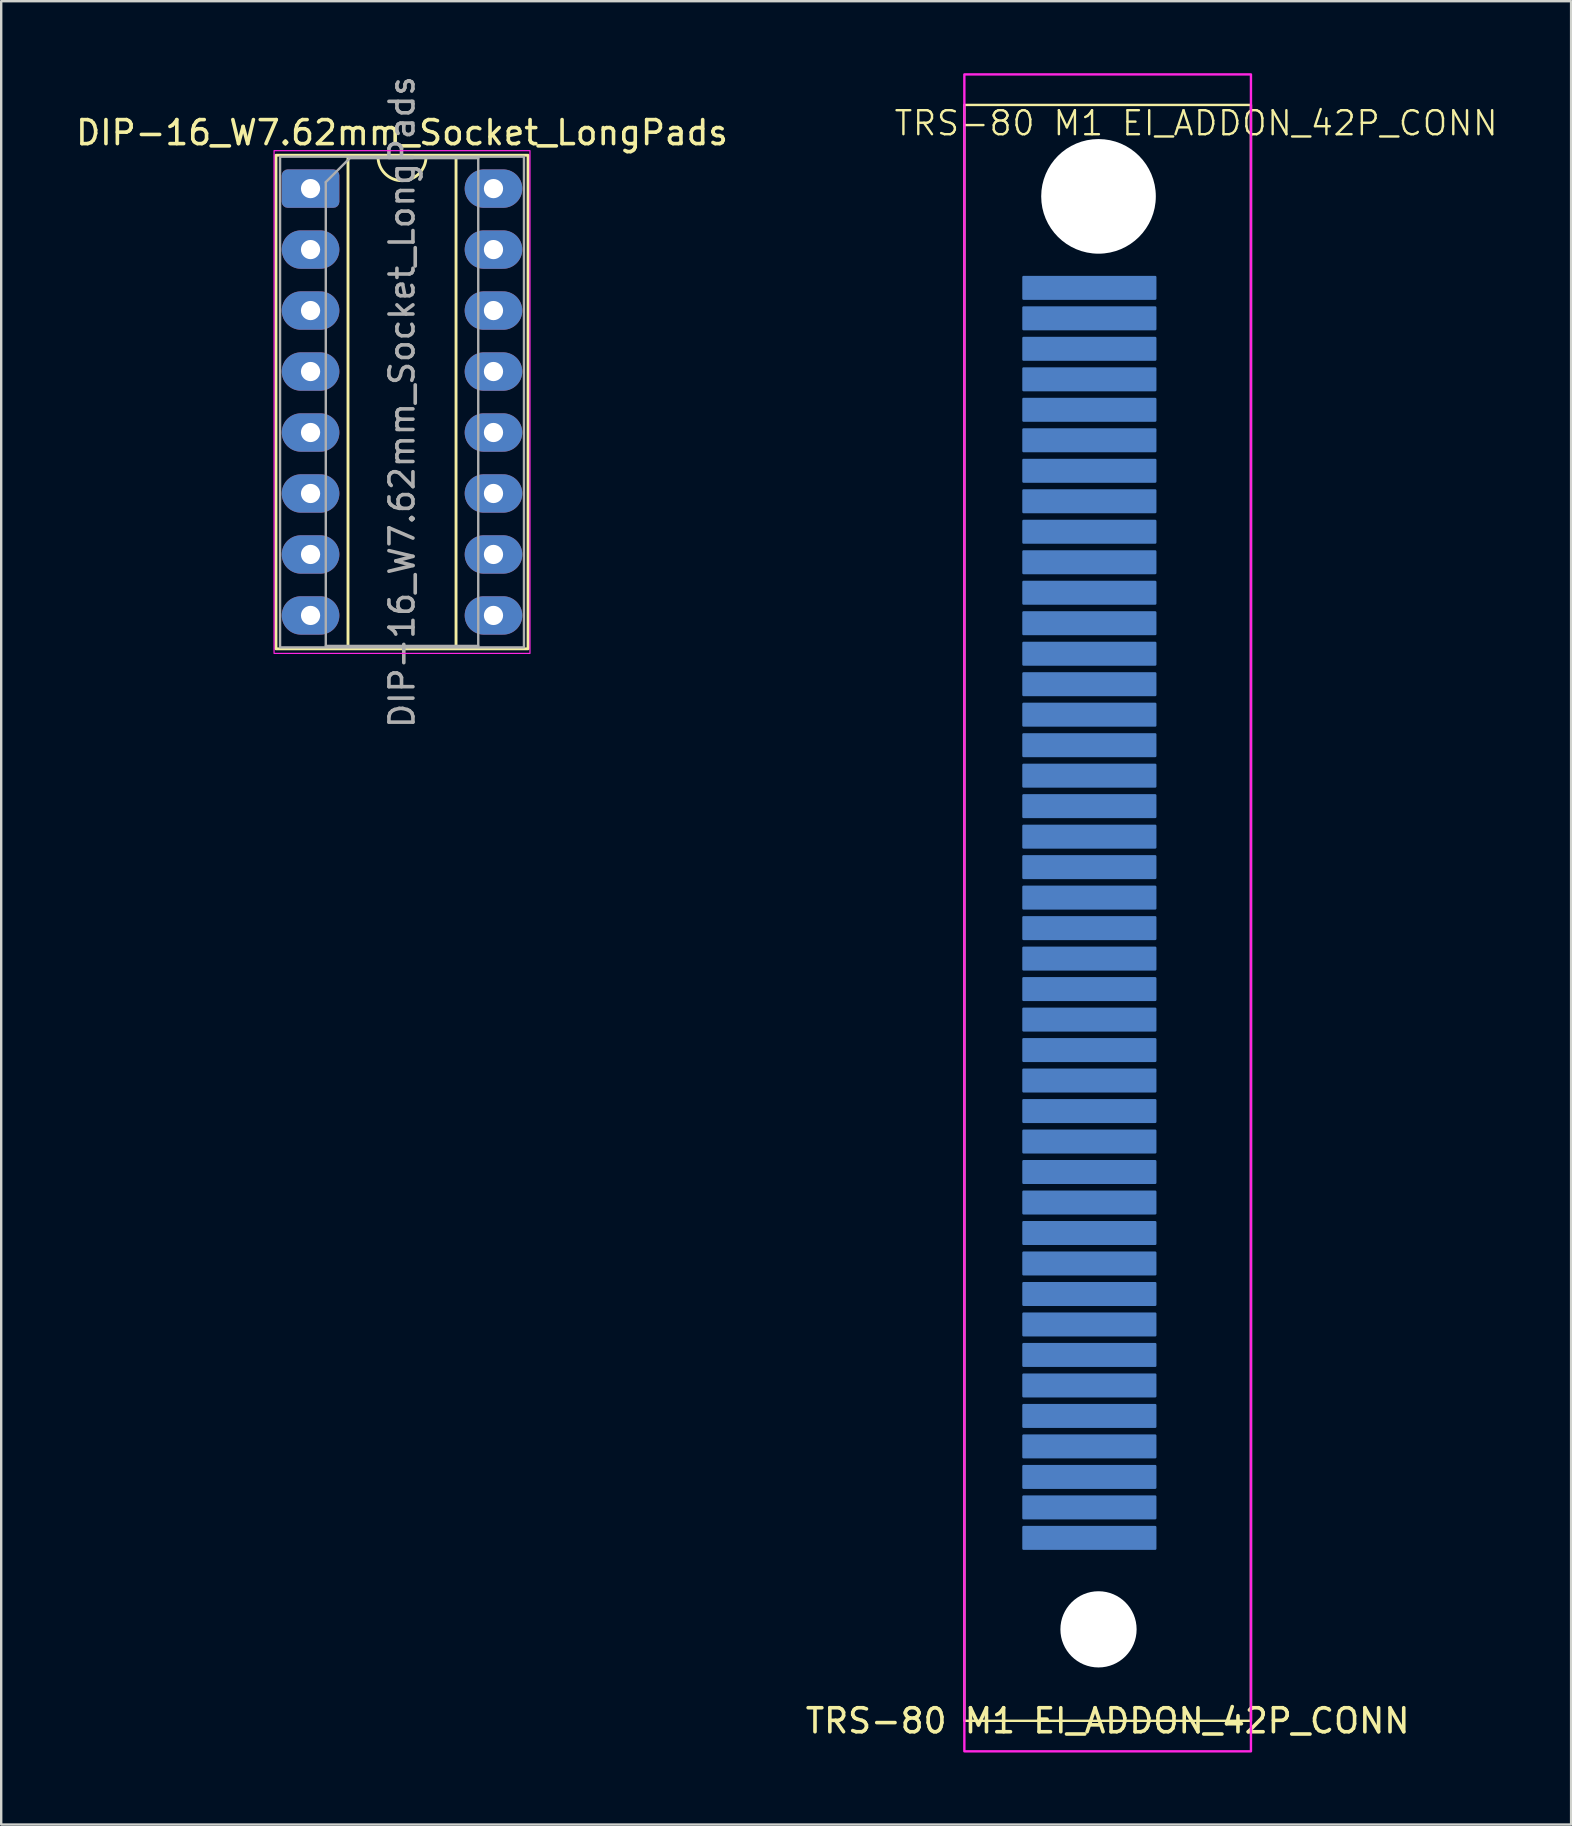
<source format=kicad_pcb>
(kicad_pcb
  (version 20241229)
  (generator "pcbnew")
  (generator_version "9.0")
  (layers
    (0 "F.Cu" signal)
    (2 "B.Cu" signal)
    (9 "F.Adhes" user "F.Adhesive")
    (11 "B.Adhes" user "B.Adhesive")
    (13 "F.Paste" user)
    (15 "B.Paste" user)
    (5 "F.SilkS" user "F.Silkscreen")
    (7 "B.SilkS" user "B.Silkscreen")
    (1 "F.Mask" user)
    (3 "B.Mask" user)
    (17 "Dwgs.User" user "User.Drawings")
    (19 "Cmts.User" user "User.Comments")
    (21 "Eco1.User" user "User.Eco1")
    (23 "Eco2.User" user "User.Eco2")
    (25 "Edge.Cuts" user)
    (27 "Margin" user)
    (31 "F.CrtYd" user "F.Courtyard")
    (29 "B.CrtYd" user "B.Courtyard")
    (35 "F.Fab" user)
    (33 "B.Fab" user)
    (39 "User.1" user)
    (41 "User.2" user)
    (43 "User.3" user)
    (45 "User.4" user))
  (footprint "TRS-80 M1 EI_ADDON_42P_CONN"
    (layer "F.Cu")
    (at 42.708 5.13)
    (property "Reference" "TRS-80 M1 EI_ADDON_42P_CONN" (at 4.064 -3.048 0) (unlocked yes) (layer "F.SilkS") (effects (font (size 1 1) (thickness 0.1))))
    (attr smd)
    (fp_rect (start -3.175 3.302) (end 2.413 56.388) (stroke (width 0.15) (type solid)) (fill yes) (layer "B.Mask"))
    (fp_rect (start -5.588 -3.81) (end 6.35 63.5) (stroke (width 0.1) (type solid)) (fill no) (layer "F.SilkS"))
    (fp_rect (start -5.588 -5.08) (end 6.35 64.77) (stroke (width 0.1) (type solid)) (fill no) (layer "F.CrtYd"))
    (fp_text user "${REFERENCE}" (at 0.381 63.5 0) (unlocked yes) (layer "F.SilkS") (effects (font (size 1 1) (thickness 0.15))))
    (pad "" np_thru_hole circle (at 0 0) (size 4.775 4.775) (drill 4.775) (layers "*.Cu" "*.Mask"))
    (pad "" np_thru_hole circle (at 0 59.69) (size 3.175 3.175) (drill 3.175) (layers "*.Cu" "*.Mask"))
    (pad "1" smd roundrect (at -0.381 3.81) (size 5.588 1) (layers "B.Cu") (roundrect_rratio 0.05))
    (pad "2" smd roundrect (at -0.381 5.08) (size 5.588 1) (layers "B.Cu") (roundrect_rratio 0.05))
    (pad "3" smd roundrect (at -0.381 6.35) (size 5.588 1) (layers "B.Cu") (roundrect_rratio 0.05))
    (pad "4" smd roundrect (at -0.381 7.62) (size 5.588 1) (layers "B.Cu") (roundrect_rratio 0.05))
    (pad "5" smd roundrect (at -0.381 8.89) (size 5.588 1) (layers "B.Cu") (roundrect_rratio 0.05))
    (pad "6" smd roundrect (at -0.381 10.16) (size 5.588 1) (layers "B.Cu") (roundrect_rratio 0.05))
    (pad "7" smd roundrect (at -0.381 11.43) (size 5.588 1) (layers "B.Cu") (roundrect_rratio 0.05))
    (pad "8" smd roundrect (at -0.381 12.7) (size 5.588 1) (layers "B.Cu") (roundrect_rratio 0.05))
    (pad "9" smd roundrect (at -0.381 13.97) (size 5.588 1) (layers "B.Cu") (roundrect_rratio 0.05))
    (pad "10" smd roundrect (at -0.381 15.24) (size 5.588 1) (layers "B.Cu") (roundrect_rratio 0.05))
    (pad "11" smd roundrect (at -0.381 16.51) (size 5.588 1) (layers "B.Cu") (roundrect_rratio 0.05))
    (pad "12" smd roundrect (at -0.381 17.78) (size 5.588 1) (layers "B.Cu") (roundrect_rratio 0.05))
    (pad "13" smd roundrect (at -0.381 19.05) (size 5.588 1) (layers "B.Cu") (roundrect_rratio 0.05))
    (pad "14" smd roundrect (at -0.381 20.32) (size 5.588 1) (layers "B.Cu") (roundrect_rratio 0.05))
    (pad "15" smd roundrect (at -0.381 21.59) (size 5.588 1) (layers "B.Cu") (roundrect_rratio 0.05))
    (pad "16" smd roundrect (at -0.381 22.86) (size 5.588 1) (layers "B.Cu") (roundrect_rratio 0.05))
    (pad "17" smd roundrect (at -0.381 24.13) (size 5.588 1) (layers "B.Cu") (roundrect_rratio 0.05))
    (pad "18" smd roundrect (at -0.381 25.4) (size 5.588 1) (layers "B.Cu") (roundrect_rratio 0.05))
    (pad "19" smd roundrect (at -0.381 26.67) (size 5.588 1) (layers "B.Cu") (roundrect_rratio 0.05))
    (pad "20" smd roundrect (at -0.381 27.94) (size 5.588 1) (layers "B.Cu") (roundrect_rratio 0.05))
    (pad "21" smd roundrect (at -0.381 29.21) (size 5.588 1) (layers "B.Cu") (roundrect_rratio 0.05))
    (pad "22" smd roundrect (at -0.381 30.48) (size 5.588 1) (layers "B.Cu") (roundrect_rratio 0.05))
    (pad "23" smd roundrect (at -0.381 31.75) (size 5.588 1) (layers "B.Cu") (roundrect_rratio 0.05))
    (pad "24" smd roundrect (at -0.381 33.02) (size 5.588 1) (layers "B.Cu") (roundrect_rratio 0.05))
    (pad "25" smd roundrect (at -0.381 34.29) (size 5.588 1) (layers "B.Cu") (roundrect_rratio 0.05))
    (pad "26" smd roundrect (at -0.381 35.56) (size 5.588 1) (layers "B.Cu") (roundrect_rratio 0.05))
    (pad "27" smd roundrect (at -0.381 36.83) (size 5.588 1) (layers "B.Cu") (roundrect_rratio 0.05))
    (pad "28" smd roundrect (at -0.381 38.1) (size 5.588 1) (layers "B.Cu") (roundrect_rratio 0.05))
    (pad "29" smd roundrect (at -0.381 39.37) (size 5.588 1) (layers "B.Cu") (roundrect_rratio 0.05))
    (pad "30" smd roundrect (at -0.381 40.64) (size 5.588 1) (layers "B.Cu") (roundrect_rratio 0.05))
    (pad "31" smd roundrect (at -0.381 41.91) (size 5.588 1) (layers "B.Cu") (roundrect_rratio 0.05))
    (pad "32" smd roundrect (at -0.381 43.18) (size 5.588 1) (layers "B.Cu") (roundrect_rratio 0.05))
    (pad "33" smd roundrect (at -0.381 44.45) (size 5.588 1) (layers "B.Cu") (roundrect_rratio 0.05))
    (pad "34" smd roundrect (at -0.381 45.72) (size 5.588 1) (layers "B.Cu") (roundrect_rratio 0.05))
    (pad "35" smd roundrect (at -0.381 46.99) (size 5.588 1) (layers "B.Cu") (roundrect_rratio 0.05))
    (pad "36" smd roundrect (at -0.381 48.26) (size 5.588 1) (layers "B.Cu") (roundrect_rratio 0.05))
    (pad "37" smd roundrect (at -0.381 49.53) (size 5.588 1) (layers "B.Cu") (roundrect_rratio 0.05))
    (pad "38" smd roundrect (at -0.381 50.8) (size 5.588 1) (layers "B.Cu") (roundrect_rratio 0.05))
    (pad "39" smd roundrect (at -0.381 52.07) (size 5.588 1) (layers "B.Cu") (roundrect_rratio 0.05))
    (pad "40" smd roundrect (at -0.381 53.34) (size 5.588 1) (layers "B.Cu") (roundrect_rratio 0.05))
    (pad "41" smd roundrect (at -0.381 54.61) (size 5.588 1) (layers "B.Cu") (roundrect_rratio 0.05))
    (pad "42" smd roundrect (at -0.381 55.88) (size 5.588 1) (layers "B.Cu") (roundrect_rratio 0.05)))
  (footprint "DIP-16_W7.62mm_Socket_LongPads"
    (layer "F.Cu")
    (at 9.886 4.806)
    (property "Reference" "DIP-16_W7.62mm_Socket_LongPads" (at 3.81 -2.33 0) (layer "F.SilkS") (effects (font (size 1 1) (thickness 0.15))))
    (attr through_hole)
    (fp_line (start 1.56 -1.33) (end 1.56 19.11) (stroke (width 0.12) (type solid)) (layer "F.SilkS"))
    (fp_line (start 1.56 19.11) (end 6.06 19.11) (stroke (width 0.12) (type solid)) (layer "F.SilkS"))
    (fp_line (start 2.81 -1.33) (end 1.56 -1.33) (stroke (width 0.12) (type solid)) (layer "F.SilkS"))
    (fp_line (start 6.06 -1.33) (end 4.81 -1.33) (stroke (width 0.12) (type solid)) (layer "F.SilkS"))
    (fp_line (start 6.06 19.11) (end 6.06 -1.33) (stroke (width 0.12) (type solid)) (layer "F.SilkS"))
    (fp_rect (start -1.44 -1.39) (end 9.06 19.17) (stroke (width 0.12) (type solid)) (fill no) (layer "F.SilkS"))
    (fp_arc (start 4.81 -1.33) (mid 3.81 -0.33) (end 2.81 -1.33) (stroke (width 0.12) (type solid)) (layer "F.SilkS"))
    (fp_rect (start -1.52 -1.58) (end 9.14 19.36) (stroke (width 0.05) (type solid)) (fill no) (layer "F.CrtYd"))
    (fp_line (start 0.635 -0.27) (end 1.635 -1.27) (stroke (width 0.1) (type solid)) (layer "F.Fab"))
    (fp_line (start 0.635 19.05) (end 0.635 -0.27) (stroke (width 0.1) (type solid)) (layer "F.Fab"))
    (fp_line (start 1.635 -1.27) (end 6.985 -1.27) (stroke (width 0.1) (type solid)) (layer "F.Fab"))
    (fp_line (start 6.985 -1.27) (end 6.985 19.05) (stroke (width 0.1) (type solid)) (layer "F.Fab"))
    (fp_line (start 6.985 19.05) (end 0.635 19.05) (stroke (width 0.1) (type solid)) (layer "F.Fab"))
    (fp_rect (start -1.27 -1.33) (end 8.89 19.11) (stroke (width 0.1) (type solid)) (fill no) (layer "F.Fab"))
    (fp_text user "${REFERENCE}" (at 3.81 8.89 90) (layer "F.Fab") (effects (font (size 1 1) (thickness 0.15))))
    (pad "1" thru_hole roundrect (at 0 0) (size 2.4 1.6) (drill 0.8) (layers "*.Cu" "*.Mask") (roundrect_rratio 0.156))
    (pad "2" thru_hole oval (at 0 2.54) (size 2.4 1.6) (drill 0.8) (layers "*.Cu" "*.Mask"))
    (pad "3" thru_hole oval (at 0 5.08) (size 2.4 1.6) (drill 0.8) (layers "*.Cu" "*.Mask"))
    (pad "4" thru_hole oval (at 0 7.62) (size 2.4 1.6) (drill 0.8) (layers "*.Cu" "*.Mask"))
    (pad "5" thru_hole oval (at 0 10.16) (size 2.4 1.6) (drill 0.8) (layers "*.Cu" "*.Mask"))
    (pad "6" thru_hole oval (at 0 12.7) (size 2.4 1.6) (drill 0.8) (layers "*.Cu" "*.Mask"))
    (pad "7" thru_hole oval (at 0 15.24) (size 2.4 1.6) (drill 0.8) (layers "*.Cu" "*.Mask"))
    (pad "8" thru_hole oval (at 0 17.78) (size 2.4 1.6) (drill 0.8) (layers "*.Cu" "*.Mask"))
    (pad "9" thru_hole oval (at 7.62 17.78) (size 2.4 1.6) (drill 0.8) (layers "*.Cu" "*.Mask"))
    (pad "10" thru_hole oval (at 7.62 15.24) (size 2.4 1.6) (drill 0.8) (layers "*.Cu" "*.Mask"))
    (pad "11" thru_hole oval (at 7.62 12.7) (size 2.4 1.6) (drill 0.8) (layers "*.Cu" "*.Mask"))
    (pad "12" thru_hole oval (at 7.62 10.16) (size 2.4 1.6) (drill 0.8) (layers "*.Cu" "*.Mask"))
    (pad "13" thru_hole oval (at 7.62 7.62) (size 2.4 1.6) (drill 0.8) (layers "*.Cu" "*.Mask"))
    (pad "14" thru_hole oval (at 7.62 5.08) (size 2.4 1.6) (drill 0.8) (layers "*.Cu" "*.Mask"))
    (pad "15" thru_hole oval (at 7.62 2.54) (size 2.4 1.6) (drill 0.8) (layers "*.Cu" "*.Mask"))
    (pad "16" thru_hole oval (at 7.62 0) (size 2.4 1.6) (drill 0.8) (layers "*.Cu" "*.Mask")))
  (gr_rect
    (start -3 -3)
    (end 62.394 72.95)
    (stroke (width 0.1) (type default))
    (fill no)
    (layer "Edge.Cuts")))
</source>
